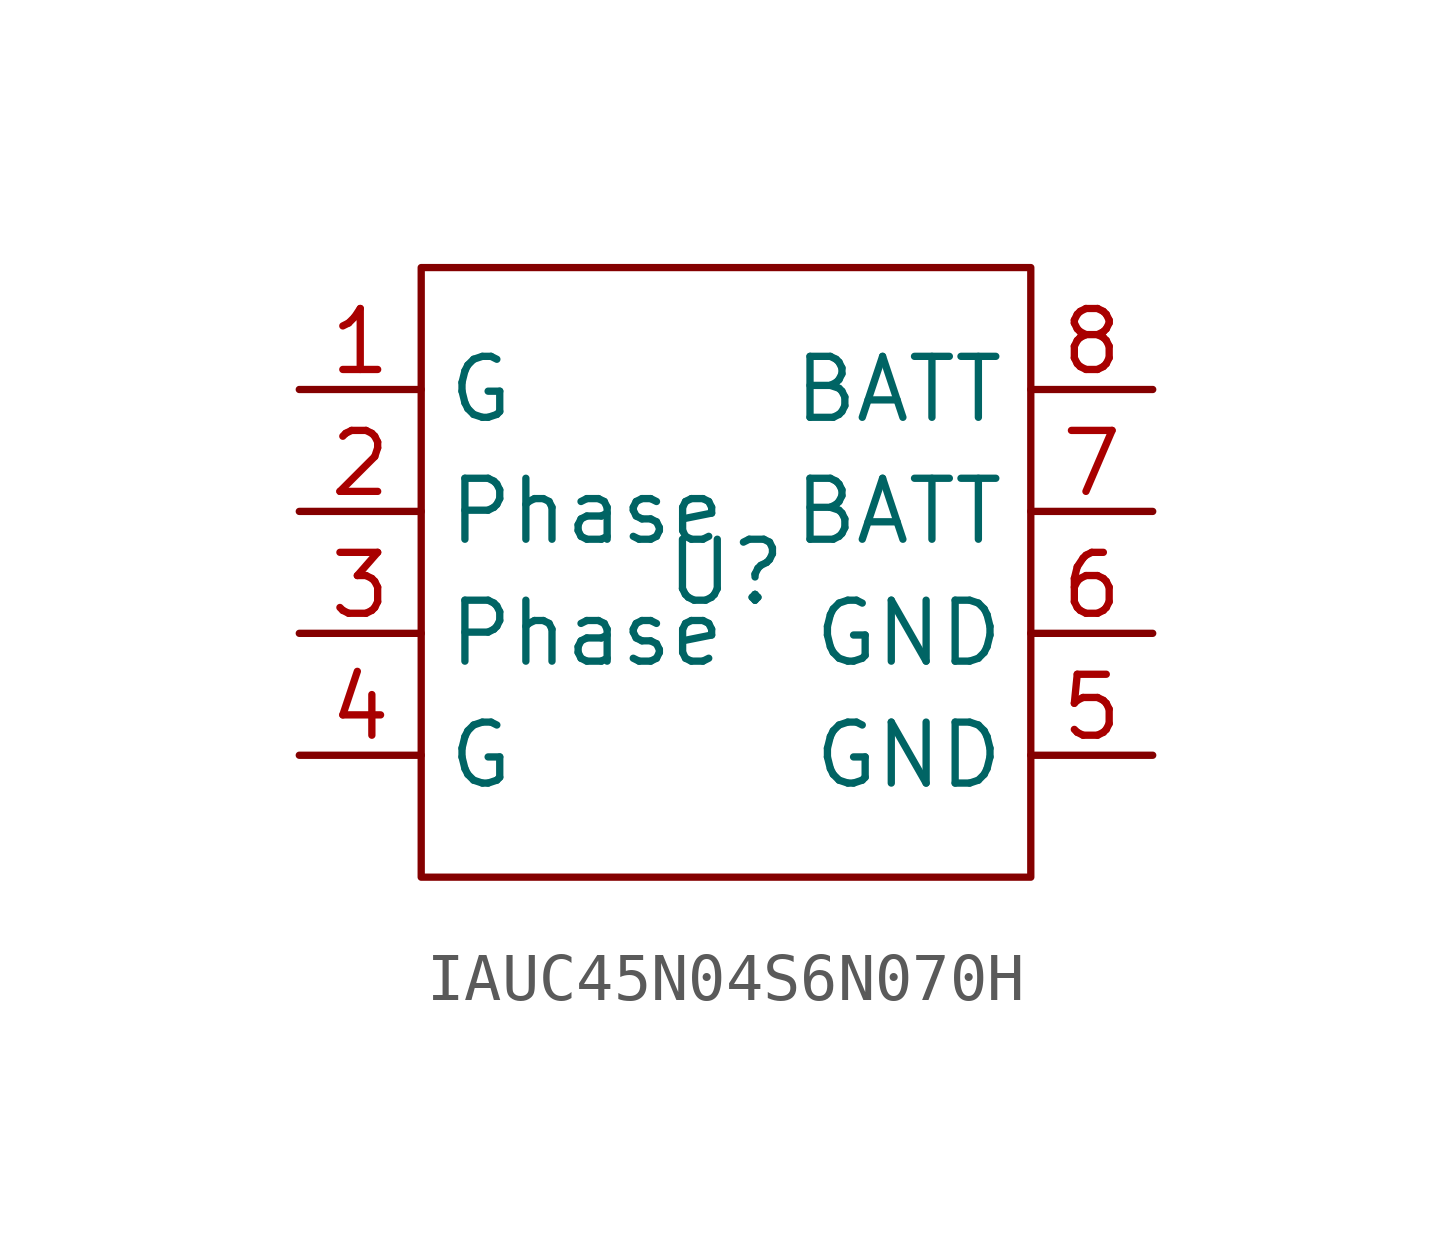
<source format=kicad_sym>
(kicad_symbol_lib
  (version 20231120)
  (generator "kicad_symbol_editor")
  (generator_version "8.0")
  (symbol "IAUC45N04S6N070H"
    (property "Reference" "U"
      (at 0 0 0)
      (effects (font (size 1.27 1.27))))
    (property "Value" ""
      (at -6.35 6.35 0)
      (effects (font (size 1.27 1.27))))
    (symbol "IAUC45N04S6N070H_0_1"
      (rectangle (start -6.35 6.35) (end 6.35 -6.35) (stroke (width 0) (type default)) (fill (type none))))
    (symbol "IAUC45N04S6N070H_1_1"
      (pin input line (at -8.89 3.81 0) (length 2.54) (name "G" (effects (font (size 1.27 1.27)))) (number "1" (effects (font (size 1.27 1.27)))))
      (pin input line (at -8.89 1.27 0) (length 2.54) (name "Phase" (effects (font (size 1.27 1.27)))) (number "2" (effects (font (size 1.27 1.27)))))
      (pin input line (at -8.89 -1.27 0) (length 2.54) (name "Phase" (effects (font (size 1.27 1.27)))) (number "3" (effects (font (size 1.27 1.27)))))
      (pin input line (at -8.89 -3.81 0) (length 2.54) (name "G" (effects (font (size 1.27 1.27)))) (number "4" (effects (font (size 1.27 1.27)))))
      (pin input line (at 8.89 -3.81 180) (length 2.54) (name "GND" (effects (font (size 1.27 1.27)))) (number "5" (effects (font (size 1.27 1.27)))))
      (pin input line (at 8.89 -1.27 180) (length 2.54) (name "GND" (effects (font (size 1.27 1.27)))) (number "6" (effects (font (size 1.27 1.27)))))
      (pin input line (at 8.89 1.27 180) (length 2.54) (name "BATT" (effects (font (size 1.27 1.27)))) (number "7" (effects (font (size 1.27 1.27)))))
      (pin input line (at 8.89 3.81 180) (length 2.54) (name "BATT" (effects (font (size 1.27 1.27)))) (number "8" (effects (font (size 1.27 1.27))))))))
</source>
